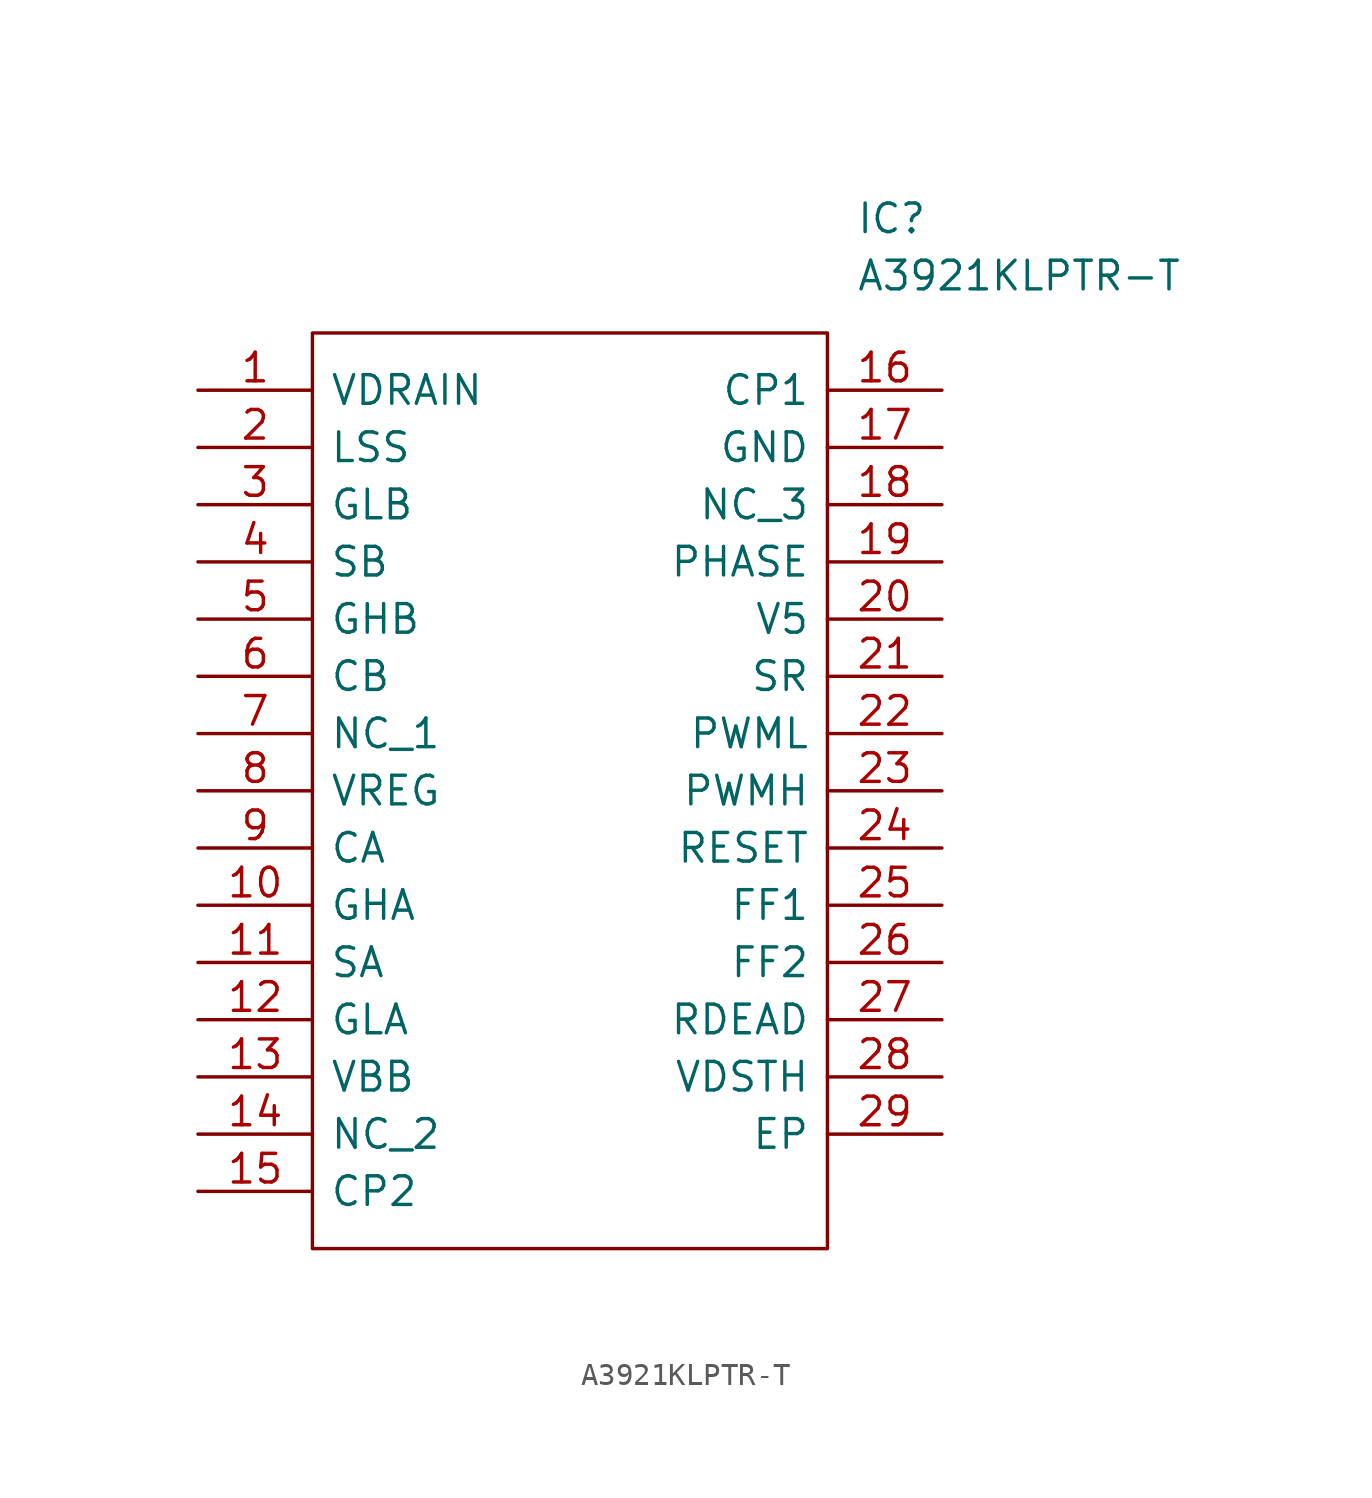
<source format=kicad_sym>
(kicad_symbol_lib
  (version 20220914)
  (generator kicad_symbol_editor)
  (symbol "A3921KLPTR-T"
    (pin_names
      (offset 0.762))
    (property "Reference" "IC"
      (at 29.21 7.62 0)
      (effects (font (size 1.27 1.27)) (justify left)))
    (property "Value" "A3921KLPTR-T"
      (at 29.21 5.08 0)
      (effects (font (size 1.27 1.27)) (justify left)))
    (symbol "A3921KLPTR-T_0_0"
      (pin passive line (at 0 0 0) (length 5.08) (name "VDRAIN" (effects (font (size 1.27 1.27)))) (number "1" (effects (font (size 1.27 1.27)))))
      (pin passive line (at 0 -22.86 0) (length 5.08) (name "GHA" (effects (font (size 1.27 1.27)))) (number "10" (effects (font (size 1.27 1.27)))))
      (pin passive line (at 0 -25.4 0) (length 5.08) (name "SA" (effects (font (size 1.27 1.27)))) (number "11" (effects (font (size 1.27 1.27)))))
      (pin passive line (at 0 -27.94 0) (length 5.08) (name "GLA" (effects (font (size 1.27 1.27)))) (number "12" (effects (font (size 1.27 1.27)))))
      (pin passive line (at 0 -30.48 0) (length 5.08) (name "VBB" (effects (font (size 1.27 1.27)))) (number "13" (effects (font (size 1.27 1.27)))))
      (pin passive line (at 0 -33.02 0) (length 5.08) (name "NC_2" (effects (font (size 1.27 1.27)))) (number "14" (effects (font (size 1.27 1.27)))))
      (pin passive line (at 0 -35.56 0) (length 5.08) (name "CP2" (effects (font (size 1.27 1.27)))) (number "15" (effects (font (size 1.27 1.27)))))
      (pin passive line (at 33.02 0 180) (length 5.08) (name "CP1" (effects (font (size 1.27 1.27)))) (number "16" (effects (font (size 1.27 1.27)))))
      (pin passive line (at 33.02 -2.54 180) (length 5.08) (name "GND" (effects (font (size 1.27 1.27)))) (number "17" (effects (font (size 1.27 1.27)))))
      (pin passive line (at 33.02 -5.08 180) (length 5.08) (name "NC_3" (effects (font (size 1.27 1.27)))) (number "18" (effects (font (size 1.27 1.27)))))
      (pin passive line (at 33.02 -7.62 180) (length 5.08) (name "PHASE" (effects (font (size 1.27 1.27)))) (number "19" (effects (font (size 1.27 1.27)))))
      (pin passive line (at 0 -2.54 0) (length 5.08) (name "LSS" (effects (font (size 1.27 1.27)))) (number "2" (effects (font (size 1.27 1.27)))))
      (pin passive line (at 33.02 -10.16 180) (length 5.08) (name "V5" (effects (font (size 1.27 1.27)))) (number "20" (effects (font (size 1.27 1.27)))))
      (pin passive line (at 33.02 -12.7 180) (length 5.08) (name "SR" (effects (font (size 1.27 1.27)))) (number "21" (effects (font (size 1.27 1.27)))))
      (pin passive line (at 33.02 -15.24 180) (length 5.08) (name "PWML" (effects (font (size 1.27 1.27)))) (number "22" (effects (font (size 1.27 1.27)))))
      (pin passive line (at 33.02 -17.78 180) (length 5.08) (name "PWMH" (effects (font (size 1.27 1.27)))) (number "23" (effects (font (size 1.27 1.27)))))
      (pin passive line (at 33.02 -20.32 180) (length 5.08) (name "RESET" (effects (font (size 1.27 1.27)))) (number "24" (effects (font (size 1.27 1.27)))))
      (pin passive line (at 33.02 -22.86 180) (length 5.08) (name "FF1" (effects (font (size 1.27 1.27)))) (number "25" (effects (font (size 1.27 1.27)))))
      (pin passive line (at 33.02 -25.4 180) (length 5.08) (name "FF2" (effects (font (size 1.27 1.27)))) (number "26" (effects (font (size 1.27 1.27)))))
      (pin passive line (at 33.02 -27.94 180) (length 5.08) (name "RDEAD" (effects (font (size 1.27 1.27)))) (number "27" (effects (font (size 1.27 1.27)))))
      (pin passive line (at 33.02 -30.48 180) (length 5.08) (name "VDSTH" (effects (font (size 1.27 1.27)))) (number "28" (effects (font (size 1.27 1.27)))))
      (pin passive line (at 33.02 -33.02 180) (length 5.08) (name "EP" (effects (font (size 1.27 1.27)))) (number "29" (effects (font (size 1.27 1.27)))))
      (pin passive line (at 0 -5.08 0) (length 5.08) (name "GLB" (effects (font (size 1.27 1.27)))) (number "3" (effects (font (size 1.27 1.27)))))
      (pin passive line (at 0 -7.62 0) (length 5.08) (name "SB" (effects (font (size 1.27 1.27)))) (number "4" (effects (font (size 1.27 1.27)))))
      (pin passive line (at 0 -10.16 0) (length 5.08) (name "GHB" (effects (font (size 1.27 1.27)))) (number "5" (effects (font (size 1.27 1.27)))))
      (pin passive line (at 0 -12.7 0) (length 5.08) (name "CB" (effects (font (size 1.27 1.27)))) (number "6" (effects (font (size 1.27 1.27)))))
      (pin passive line (at 0 -15.24 0) (length 5.08) (name "NC_1" (effects (font (size 1.27 1.27)))) (number "7" (effects (font (size 1.27 1.27)))))
      (pin passive line (at 0 -17.78 0) (length 5.08) (name "VREG" (effects (font (size 1.27 1.27)))) (number "8" (effects (font (size 1.27 1.27)))))
      (pin passive line (at 0 -20.32 0) (length 5.08) (name "CA" (effects (font (size 1.27 1.27)))) (number "9" (effects (font (size 1.27 1.27))))))
    (symbol "A3921KLPTR-T_0_1"
      (polyline (pts (xy 5.08 2.54) (xy 27.94 2.54) (xy 27.94 -38.1) (xy 5.08 -38.1) (xy 5.08 2.54)) (stroke (width 0.152) (type solid)) (fill (type none))))))
</source>
